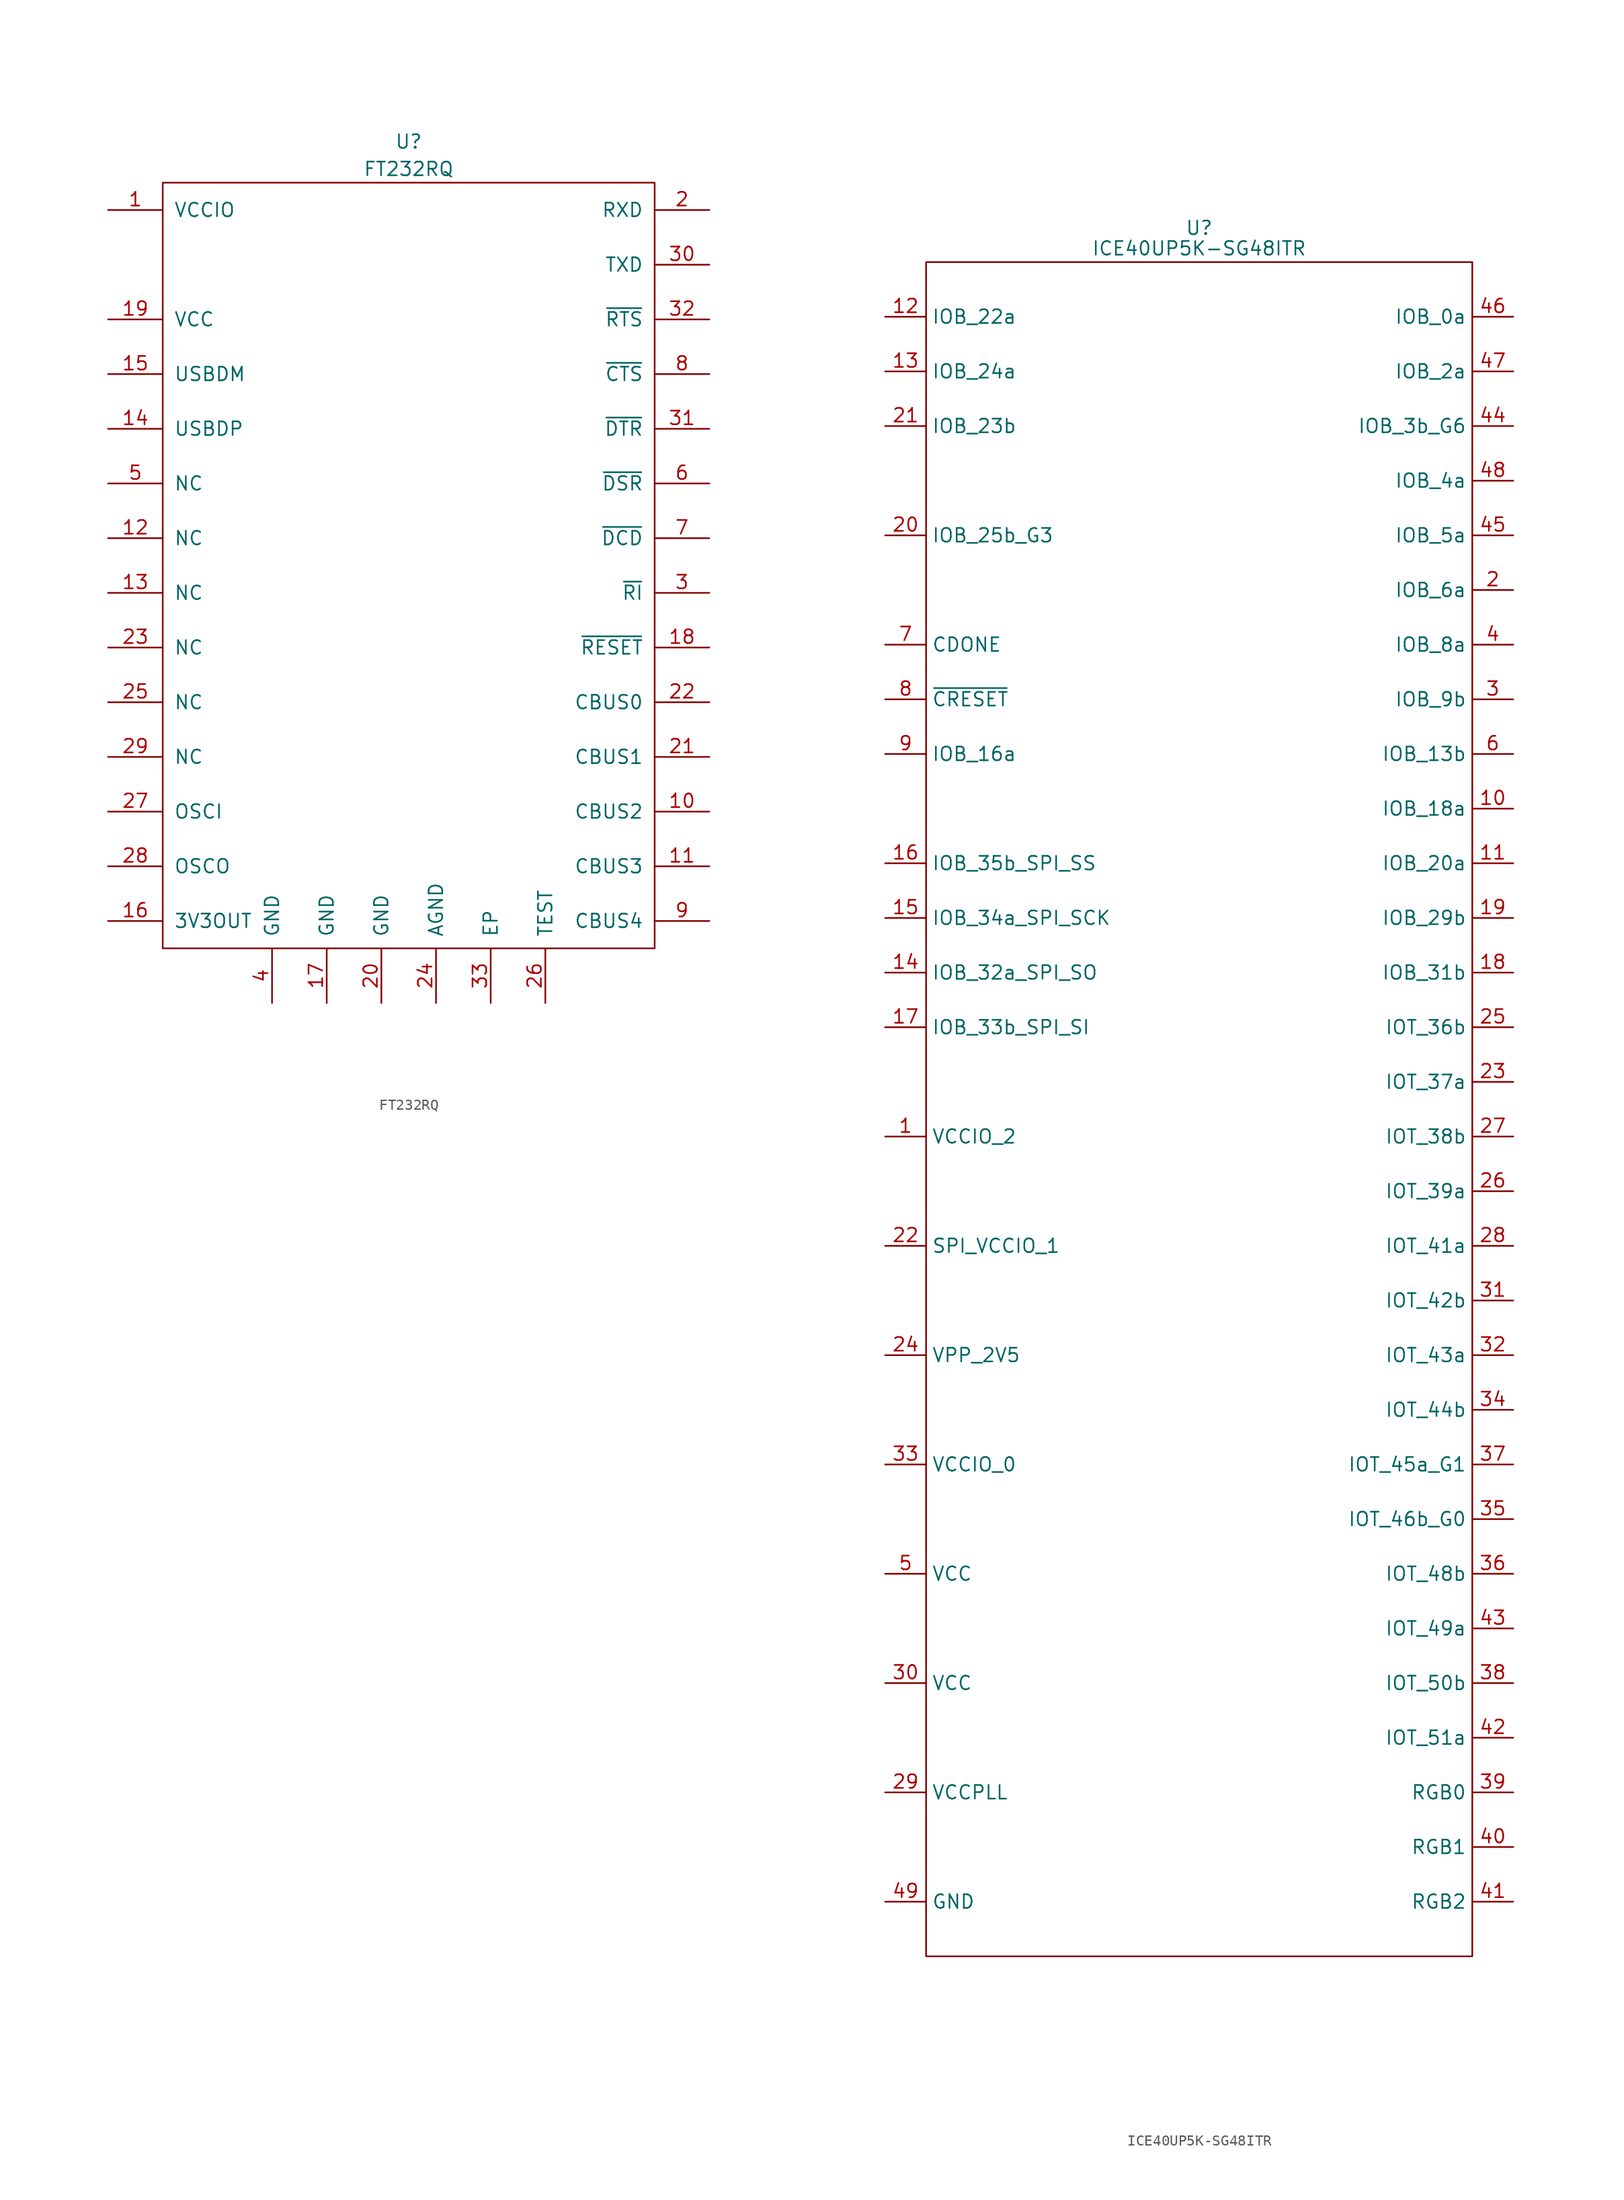
<source format=kicad_sym>
(kicad_symbol_lib
  (version 20231120)
  (generator "kicad_symbol_editor")
  (generator_version "8.0")
  (symbol "FT232RQ"
    (pin_names
      (offset 1.016))
    (property "Reference" "U"
      (at 0 39.37 0)
      (effects (font (size 1.27 1.27))))
    (property "Value" "FT232RQ"
      (at 0 36.83 0)
      (effects (font (size 1.27 1.27))))
    (symbol "FT232RQ_0_1"
      (rectangle (start -22.86 -35.56) (end 22.86 35.56) (stroke (width 0) (type default)) (fill (type none))))
    (symbol "FT232RQ_1_1"
      (pin input line (at -27.94 33.02 0) (length 5.08) (name "VCCIO" (effects (font (size 1.27 1.27)))) (number "1" (effects (font (size 1.27 1.27)))))
      (pin input line (at 27.94 -22.86 180) (length 5.08) (name "CBUS2" (effects (font (size 1.27 1.27)))) (number "10" (effects (font (size 1.27 1.27)))))
      (pin input line (at 27.94 -27.94 180) (length 5.08) (name "CBUS3" (effects (font (size 1.27 1.27)))) (number "11" (effects (font (size 1.27 1.27)))))
      (pin input line (at -27.94 2.54 0) (length 5.08) (name "NC" (effects (font (size 1.27 1.27)))) (number "12" (effects (font (size 1.27 1.27)))))
      (pin input line (at -27.94 -2.54 0) (length 5.08) (name "NC" (effects (font (size 1.27 1.27)))) (number "13" (effects (font (size 1.27 1.27)))))
      (pin input line (at -27.94 12.7 0) (length 5.08) (name "USBDP" (effects (font (size 1.27 1.27)))) (number "14" (effects (font (size 1.27 1.27)))))
      (pin input line (at -27.94 17.78 0) (length 5.08) (name "USBDM" (effects (font (size 1.27 1.27)))) (number "15" (effects (font (size 1.27 1.27)))))
      (pin input line (at -27.94 -33.02 0) (length 5.08) (name "3V3OUT" (effects (font (size 1.27 1.27)))) (number "16" (effects (font (size 1.27 1.27)))))
      (pin input line (at -7.62 -40.64 90) (length 5.08) (name "GND" (effects (font (size 1.27 1.27)))) (number "17" (effects (font (size 1.27 1.27)))))
      (pin input line (at 27.94 -7.62 180) (length 5.08) (name "~{RESET}" (effects (font (size 1.27 1.27)))) (number "18" (effects (font (size 1.27 1.27)))))
      (pin input line (at -27.94 22.86 0) (length 5.08) (name "VCC" (effects (font (size 1.27 1.27)))) (number "19" (effects (font (size 1.27 1.27)))))
      (pin input line (at 27.94 33.02 180) (length 5.08) (name "RXD" (effects (font (size 1.27 1.27)))) (number "2" (effects (font (size 1.27 1.27)))))
      (pin input line (at -2.54 -40.64 90) (length 5.08) (name "GND" (effects (font (size 1.27 1.27)))) (number "20" (effects (font (size 1.27 1.27)))))
      (pin input line (at 27.94 -17.78 180) (length 5.08) (name "CBUS1" (effects (font (size 1.27 1.27)))) (number "21" (effects (font (size 1.27 1.27)))))
      (pin input line (at 27.94 -12.7 180) (length 5.08) (name "CBUS0" (effects (font (size 1.27 1.27)))) (number "22" (effects (font (size 1.27 1.27)))))
      (pin input line (at -27.94 -7.62 0) (length 5.08) (name "NC" (effects (font (size 1.27 1.27)))) (number "23" (effects (font (size 1.27 1.27)))))
      (pin input line (at 2.54 -40.64 90) (length 5.08) (name "AGND" (effects (font (size 1.27 1.27)))) (number "24" (effects (font (size 1.27 1.27)))))
      (pin input line (at -27.94 -12.7 0) (length 5.08) (name "NC" (effects (font (size 1.27 1.27)))) (number "25" (effects (font (size 1.27 1.27)))))
      (pin input line (at 12.7 -40.64 90) (length 5.08) (name "TEST" (effects (font (size 1.27 1.27)))) (number "26" (effects (font (size 1.27 1.27)))))
      (pin input line (at -27.94 -22.86 0) (length 5.08) (name "OSCI" (effects (font (size 1.27 1.27)))) (number "27" (effects (font (size 1.27 1.27)))))
      (pin input line (at -27.94 -27.94 0) (length 5.08) (name "OSCO" (effects (font (size 1.27 1.27)))) (number "28" (effects (font (size 1.27 1.27)))))
      (pin input line (at -27.94 -17.78 0) (length 5.08) (name "NC" (effects (font (size 1.27 1.27)))) (number "29" (effects (font (size 1.27 1.27)))))
      (pin input line (at 27.94 -2.54 180) (length 5.08) (name "~{RI}" (effects (font (size 1.27 1.27)))) (number "3" (effects (font (size 1.27 1.27)))))
      (pin input line (at 27.94 27.94 180) (length 5.08) (name "TXD" (effects (font (size 1.27 1.27)))) (number "30" (effects (font (size 1.27 1.27)))))
      (pin input line (at 27.94 12.7 180) (length 5.08) (name "~{DTR}" (effects (font (size 1.27 1.27)))) (number "31" (effects (font (size 1.27 1.27)))))
      (pin input line (at 27.94 22.86 180) (length 5.08) (name "~{RTS}" (effects (font (size 1.27 1.27)))) (number "32" (effects (font (size 1.27 1.27)))))
      (pin input line (at 7.62 -40.64 90) (length 5.08) (name "EP" (effects (font (size 1.27 1.27)))) (number "33" (effects (font (size 1.27 1.27)))))
      (pin input line (at -12.7 -40.64 90) (length 5.08) (name "GND" (effects (font (size 1.27 1.27)))) (number "4" (effects (font (size 1.27 1.27)))))
      (pin input line (at -27.94 7.62 0) (length 5.08) (name "NC" (effects (font (size 1.27 1.27)))) (number "5" (effects (font (size 1.27 1.27)))))
      (pin input line (at 27.94 7.62 180) (length 5.08) (name "~{DSR}" (effects (font (size 1.27 1.27)))) (number "6" (effects (font (size 1.27 1.27)))))
      (pin input line (at 27.94 2.54 180) (length 5.08) (name "~{DCD}" (effects (font (size 1.27 1.27)))) (number "7" (effects (font (size 1.27 1.27)))))
      (pin input line (at 27.94 17.78 180) (length 5.08) (name "~{CTS}" (effects (font (size 1.27 1.27)))) (number "8" (effects (font (size 1.27 1.27)))))
      (pin input line (at 27.94 -33.02 180) (length 5.08) (name "CBUS4" (effects (font (size 1.27 1.27)))) (number "9" (effects (font (size 1.27 1.27)))))))
  (symbol "ICE40UP5K-SG48ITR"
    (property "Reference" "U"
      (at 0 81.915 0)
      (effects (font (size 1.27 1.27))))
    (property "Value" "ICE40UP5K-SG48ITR"
      (at 0 80.01 0)
      (effects (font (size 1.27 1.27))))
    (symbol "ICE40UP5K-SG48ITR_0_1"
      (rectangle (start -25.4 78.74) (end 25.4 -78.74) (stroke (width 0) (type default)) (fill (type none))))
    (symbol "ICE40UP5K-SG48ITR_1_1"
      (pin power_in line (at -29.21 -2.54 0) (length 3.81) (name "VCCIO_2" (effects (font (size 1.27 1.27)))) (number "1" (effects (font (size 1.27 1.27)))))
      (pin bidirectional line (at 29.21 27.94 180) (length 3.81) (name "IOB_18a" (effects (font (size 1.27 1.27)))) (number "10" (effects (font (size 1.27 1.27)))))
      (pin bidirectional line (at 29.21 22.86 180) (length 3.81) (name "IOB_20a" (effects (font (size 1.27 1.27)))) (number "11" (effects (font (size 1.27 1.27)))))
      (pin bidirectional line (at -29.21 73.66 0) (length 3.81) (name "IOB_22a" (effects (font (size 1.27 1.27)))) (number "12" (effects (font (size 1.27 1.27)))))
      (pin bidirectional line (at -29.21 68.58 0) (length 3.81) (name "IOB_24a" (effects (font (size 1.27 1.27)))) (number "13" (effects (font (size 1.27 1.27)))))
      (pin bidirectional line (at -29.21 12.7 0) (length 3.81) (name "IOB_32a_SPI_SO" (effects (font (size 1.27 1.27)))) (number "14" (effects (font (size 1.27 1.27)))))
      (pin bidirectional line (at -29.21 17.78 0) (length 3.81) (name "IOB_34a_SPI_SCK" (effects (font (size 1.27 1.27)))) (number "15" (effects (font (size 1.27 1.27)))))
      (pin bidirectional line (at -29.21 22.86 0) (length 3.81) (name "IOB_35b_SPI_SS" (effects (font (size 1.27 1.27)))) (number "16" (effects (font (size 1.27 1.27)))))
      (pin bidirectional line (at -29.21 7.62 0) (length 3.81) (name "IOB_33b_SPI_SI" (effects (font (size 1.27 1.27)))) (number "17" (effects (font (size 1.27 1.27)))))
      (pin bidirectional line (at 29.21 12.7 180) (length 3.81) (name "IOB_31b" (effects (font (size 1.27 1.27)))) (number "18" (effects (font (size 1.27 1.27)))))
      (pin bidirectional line (at 29.21 17.78 180) (length 3.81) (name "IOB_29b" (effects (font (size 1.27 1.27)))) (number "19" (effects (font (size 1.27 1.27)))))
      (pin bidirectional line (at 29.21 48.26 180) (length 3.81) (name "IOB_6a" (effects (font (size 1.27 1.27)))) (number "2" (effects (font (size 1.27 1.27)))))
      (pin bidirectional line (at -29.21 53.34 0) (length 3.81) (name "IOB_25b_G3" (effects (font (size 1.27 1.27)))) (number "20" (effects (font (size 1.27 1.27)))))
      (pin bidirectional line (at -29.21 63.5 0) (length 3.81) (name "IOB_23b" (effects (font (size 1.27 1.27)))) (number "21" (effects (font (size 1.27 1.27)))))
      (pin power_in line (at -29.21 -12.7 0) (length 3.81) (name "SPI_VCCIO_1" (effects (font (size 1.27 1.27)))) (number "22" (effects (font (size 1.27 1.27)))))
      (pin bidirectional line (at 29.21 2.54 180) (length 3.81) (name "IOT_37a" (effects (font (size 1.27 1.27)))) (number "23" (effects (font (size 1.27 1.27)))))
      (pin power_in line (at -29.21 -22.86 0) (length 3.81) (name "VPP_2V5" (effects (font (size 1.27 1.27)))) (number "24" (effects (font (size 1.27 1.27)))))
      (pin bidirectional line (at 29.21 7.62 180) (length 3.81) (name "IOT_36b" (effects (font (size 1.27 1.27)))) (number "25" (effects (font (size 1.27 1.27)))))
      (pin bidirectional line (at 29.21 -7.62 180) (length 3.81) (name "IOT_39a" (effects (font (size 1.27 1.27)))) (number "26" (effects (font (size 1.27 1.27)))))
      (pin bidirectional line (at 29.21 -2.54 180) (length 3.81) (name "IOT_38b" (effects (font (size 1.27 1.27)))) (number "27" (effects (font (size 1.27 1.27)))))
      (pin bidirectional line (at 29.21 -12.7 180) (length 3.81) (name "IOT_41a" (effects (font (size 1.27 1.27)))) (number "28" (effects (font (size 1.27 1.27)))))
      (pin power_in line (at -29.21 -63.5 0) (length 3.81) (name "VCCPLL" (effects (font (size 1.27 1.27)))) (number "29" (effects (font (size 1.27 1.27)))))
      (pin bidirectional line (at 29.21 38.1 180) (length 3.81) (name "IOB_9b" (effects (font (size 1.27 1.27)))) (number "3" (effects (font (size 1.27 1.27)))))
      (pin power_in line (at -29.21 -53.34 0) (length 3.81) (name "VCC" (effects (font (size 1.27 1.27)))) (number "30" (effects (font (size 1.27 1.27)))))
      (pin bidirectional line (at 29.21 -17.78 180) (length 3.81) (name "IOT_42b" (effects (font (size 1.27 1.27)))) (number "31" (effects (font (size 1.27 1.27)))))
      (pin bidirectional line (at 29.21 -22.86 180) (length 3.81) (name "IOT_43a" (effects (font (size 1.27 1.27)))) (number "32" (effects (font (size 1.27 1.27)))))
      (pin power_in line (at -29.21 -33.02 0) (length 3.81) (name "VCCIO_0" (effects (font (size 1.27 1.27)))) (number "33" (effects (font (size 1.27 1.27)))))
      (pin bidirectional line (at 29.21 -27.94 180) (length 3.81) (name "IOT_44b" (effects (font (size 1.27 1.27)))) (number "34" (effects (font (size 1.27 1.27)))))
      (pin bidirectional line (at 29.21 -38.1 180) (length 3.81) (name "IOT_46b_G0" (effects (font (size 1.27 1.27)))) (number "35" (effects (font (size 1.27 1.27)))))
      (pin bidirectional line (at 29.21 -43.18 180) (length 3.81) (name "IOT_48b" (effects (font (size 1.27 1.27)))) (number "36" (effects (font (size 1.27 1.27)))))
      (pin bidirectional line (at 29.21 -33.02 180) (length 3.81) (name "IOT_45a_G1" (effects (font (size 1.27 1.27)))) (number "37" (effects (font (size 1.27 1.27)))))
      (pin bidirectional line (at 29.21 -53.34 180) (length 3.81) (name "IOT_50b" (effects (font (size 1.27 1.27)))) (number "38" (effects (font (size 1.27 1.27)))))
      (pin open_collector line (at 29.21 -63.5 180) (length 3.81) (name "RGB0" (effects (font (size 1.27 1.27)))) (number "39" (effects (font (size 1.27 1.27)))))
      (pin bidirectional line (at 29.21 43.18 180) (length 3.81) (name "IOB_8a" (effects (font (size 1.27 1.27)))) (number "4" (effects (font (size 1.27 1.27)))))
      (pin open_collector line (at 29.21 -68.58 180) (length 3.81) (name "RGB1" (effects (font (size 1.27 1.27)))) (number "40" (effects (font (size 1.27 1.27)))))
      (pin open_collector line (at 29.21 -73.66 180) (length 3.81) (name "RGB2" (effects (font (size 1.27 1.27)))) (number "41" (effects (font (size 1.27 1.27)))))
      (pin bidirectional line (at 29.21 -58.42 180) (length 3.81) (name "IOT_51a" (effects (font (size 1.27 1.27)))) (number "42" (effects (font (size 1.27 1.27)))))
      (pin bidirectional line (at 29.21 -48.26 180) (length 3.81) (name "IOT_49a" (effects (font (size 1.27 1.27)))) (number "43" (effects (font (size 1.27 1.27)))))
      (pin bidirectional line (at 29.21 63.5 180) (length 3.81) (name "IOB_3b_G6" (effects (font (size 1.27 1.27)))) (number "44" (effects (font (size 1.27 1.27)))))
      (pin bidirectional line (at 29.21 53.34 180) (length 3.81) (name "IOB_5a" (effects (font (size 1.27 1.27)))) (number "45" (effects (font (size 1.27 1.27)))))
      (pin bidirectional line (at 29.21 73.66 180) (length 3.81) (name "IOB_0a" (effects (font (size 1.27 1.27)))) (number "46" (effects (font (size 1.27 1.27)))))
      (pin bidirectional line (at 29.21 68.58 180) (length 3.81) (name "IOB_2a" (effects (font (size 1.27 1.27)))) (number "47" (effects (font (size 1.27 1.27)))))
      (pin bidirectional line (at 29.21 58.42 180) (length 3.81) (name "IOB_4a" (effects (font (size 1.27 1.27)))) (number "48" (effects (font (size 1.27 1.27)))))
      (pin power_in line (at -29.21 -73.66 0) (length 3.81) (name "GND" (effects (font (size 1.27 1.27)))) (number "49" (effects (font (size 1.27 1.27)))))
      (pin power_in line (at -29.21 -43.18 0) (length 3.81) (name "VCC" (effects (font (size 1.27 1.27)))) (number "5" (effects (font (size 1.27 1.27)))))
      (pin bidirectional line (at 29.21 33.02 180) (length 3.81) (name "IOB_13b" (effects (font (size 1.27 1.27)))) (number "6" (effects (font (size 1.27 1.27)))))
      (pin output line (at -29.21 43.18 0) (length 3.81) (name "CDONE" (effects (font (size 1.27 1.27)))) (number "7" (effects (font (size 1.27 1.27)))))
      (pin input line (at -29.21 38.1 0) (length 3.81) (name "~{CRESET}" (effects (font (size 1.27 1.27)))) (number "8" (effects (font (size 1.27 1.27)))))
      (pin bidirectional line (at -29.21 33.02 0) (length 3.81) (name "IOB_16a" (effects (font (size 1.27 1.27)))) (number "9" (effects (font (size 1.27 1.27))))))))
</source>
